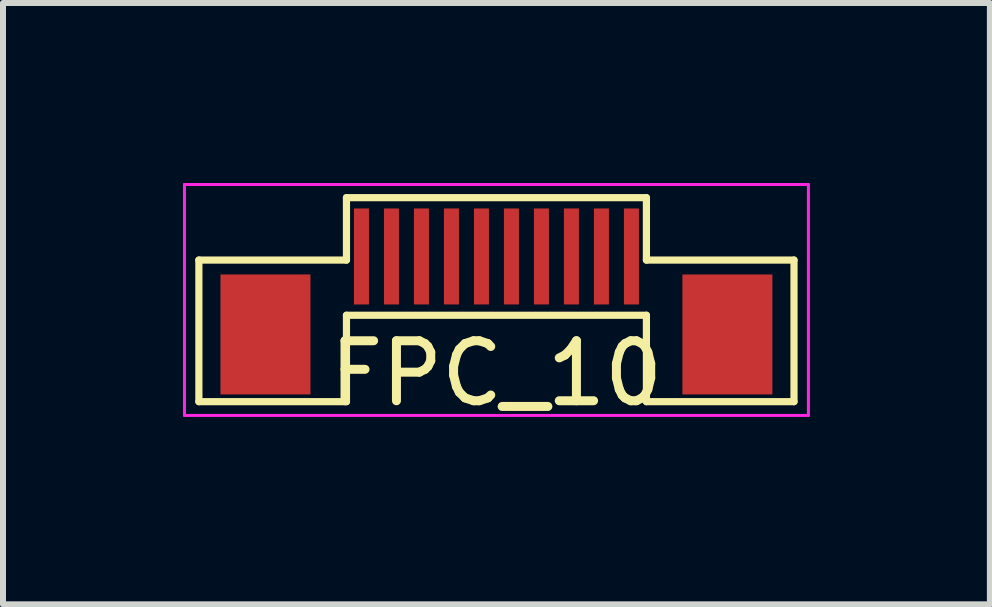
<source format=kicad_pcb>
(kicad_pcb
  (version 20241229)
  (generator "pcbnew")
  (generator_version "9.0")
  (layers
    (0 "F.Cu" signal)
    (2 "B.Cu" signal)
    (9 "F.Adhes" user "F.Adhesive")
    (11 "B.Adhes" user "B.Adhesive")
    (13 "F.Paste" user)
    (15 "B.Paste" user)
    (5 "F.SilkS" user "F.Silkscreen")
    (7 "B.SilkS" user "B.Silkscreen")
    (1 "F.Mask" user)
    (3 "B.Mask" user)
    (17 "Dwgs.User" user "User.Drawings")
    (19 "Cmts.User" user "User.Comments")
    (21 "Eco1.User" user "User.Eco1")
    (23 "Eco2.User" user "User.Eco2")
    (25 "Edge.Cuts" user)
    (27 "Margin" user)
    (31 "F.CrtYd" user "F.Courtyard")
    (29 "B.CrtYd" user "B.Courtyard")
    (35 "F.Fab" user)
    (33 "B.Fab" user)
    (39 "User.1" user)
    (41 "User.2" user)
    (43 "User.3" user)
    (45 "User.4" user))
  (footprint "FPC_10"
    (layer "F.Cu")
    (at 5.225 1.225)
    (property "Reference" "FPC_10" (at 0 1.95 0) (layer "F.SilkS") (effects (font (size 1 1) (thickness 0.15))))
    (attr through_hole)
    (fp_line (start -4.96 0.06) (end -2.5 0.06) (stroke (width 0.12) (type default)) (layer "F.SilkS"))
    (fp_line (start -4.96 2.42) (end -4.96 0.06) (stroke (width 0.12) (type default)) (layer "F.SilkS"))
    (fp_line (start -2.5 -0.98) (end 2.5 -0.98) (stroke (width 0.12) (type default)) (layer "F.SilkS"))
    (fp_line (start -2.5 0.06) (end -2.5 -0.98) (stroke (width 0.12) (type default)) (layer "F.SilkS"))
    (fp_line (start -2.5 0.98) (end -2.5 2.42) (stroke (width 0.12) (type default)) (layer "F.SilkS"))
    (fp_line (start -2.5 0.98) (end 2.5 0.98) (stroke (width 0.12) (type default)) (layer "F.SilkS"))
    (fp_line (start -2.5 2.42) (end -4.96 2.42) (stroke (width 0.12) (type default)) (layer "F.SilkS"))
    (fp_line (start 2.5 0.06) (end 2.5 -0.98) (stroke (width 0.12) (type default)) (layer "F.SilkS"))
    (fp_line (start 2.5 0.98) (end 2.5 2.42) (stroke (width 0.12) (type default)) (layer "F.SilkS"))
    (fp_line (start 2.5 2.42) (end 4.96 2.42) (stroke (width 0.12) (type default)) (layer "F.SilkS"))
    (fp_line (start 4.96 0.06) (end 2.5 0.06) (stroke (width 0.12) (type default)) (layer "F.SilkS"))
    (fp_line (start 4.96 2.42) (end 4.96 0.06) (stroke (width 0.12) (type default)) (layer "F.SilkS"))
    (fp_line (start -5.2 -1.2) (end -5.2 2.65) (stroke (width 0.05) (type default)) (layer "F.CrtYd"))
    (fp_line (start -5.2 -1.2) (end 5.2 -1.2) (stroke (width 0.05) (type default)) (layer "F.CrtYd"))
    (fp_line (start -5.2 2.65) (end 5.2 2.65) (stroke (width 0.05) (type default)) (layer "F.CrtYd"))
    (fp_line (start 5.2 -1.2) (end 5.2 2.65) (stroke (width 0.05) (type default)) (layer "F.CrtYd"))
    (pad "1" smd rect (at -2.25 0) (size 0.25 1.6) (layers "F.Cu" "F.Mask" "F.Paste"))
    (pad "2" smd rect (at -1.75 0) (size 0.25 1.6) (layers "F.Cu" "F.Mask" "F.Paste"))
    (pad "3" smd rect (at -1.25 0) (size 0.25 1.6) (layers "F.Cu" "F.Mask" "F.Paste"))
    (pad "4" smd rect (at -0.75 0) (size 0.25 1.6) (layers "F.Cu" "F.Mask" "F.Paste"))
    (pad "5" smd rect (at -0.25 0) (size 0.25 1.6) (layers "F.Cu" "F.Mask" "F.Paste"))
    (pad "6" smd rect (at 0.25 0) (size 0.25 1.6) (layers "F.Cu" "F.Mask" "F.Paste"))
    (pad "7" smd rect (at 0.75 0) (size 0.25 1.6) (layers "F.Cu" "F.Mask" "F.Paste"))
    (pad "8" smd rect (at 1.25 0) (size 0.25 1.6) (layers "F.Cu" "F.Mask" "F.Paste"))
    (pad "9" smd rect (at 1.75 0) (size 0.25 1.6) (layers "F.Cu" "F.Mask" "F.Paste"))
    (pad "10" smd rect (at 2.25 0) (size 0.25 1.6) (layers "F.Cu" "F.Mask" "F.Paste"))
    (pad "MP" smd rect (at -3.85 1.3) (size 1.5 2) (layers "F.Cu" "F.Mask" "F.Paste"))
    (pad "MP" smd rect (at 3.85 1.3) (size 1.5 2) (layers "F.Cu" "F.Mask" "F.Paste")))
  (gr_rect
    (start -3 -3)
    (end 13.45 7.023)
    (stroke (width 0.1) (type default))
    (fill no)
    (layer "Edge.Cuts")))
</source>
